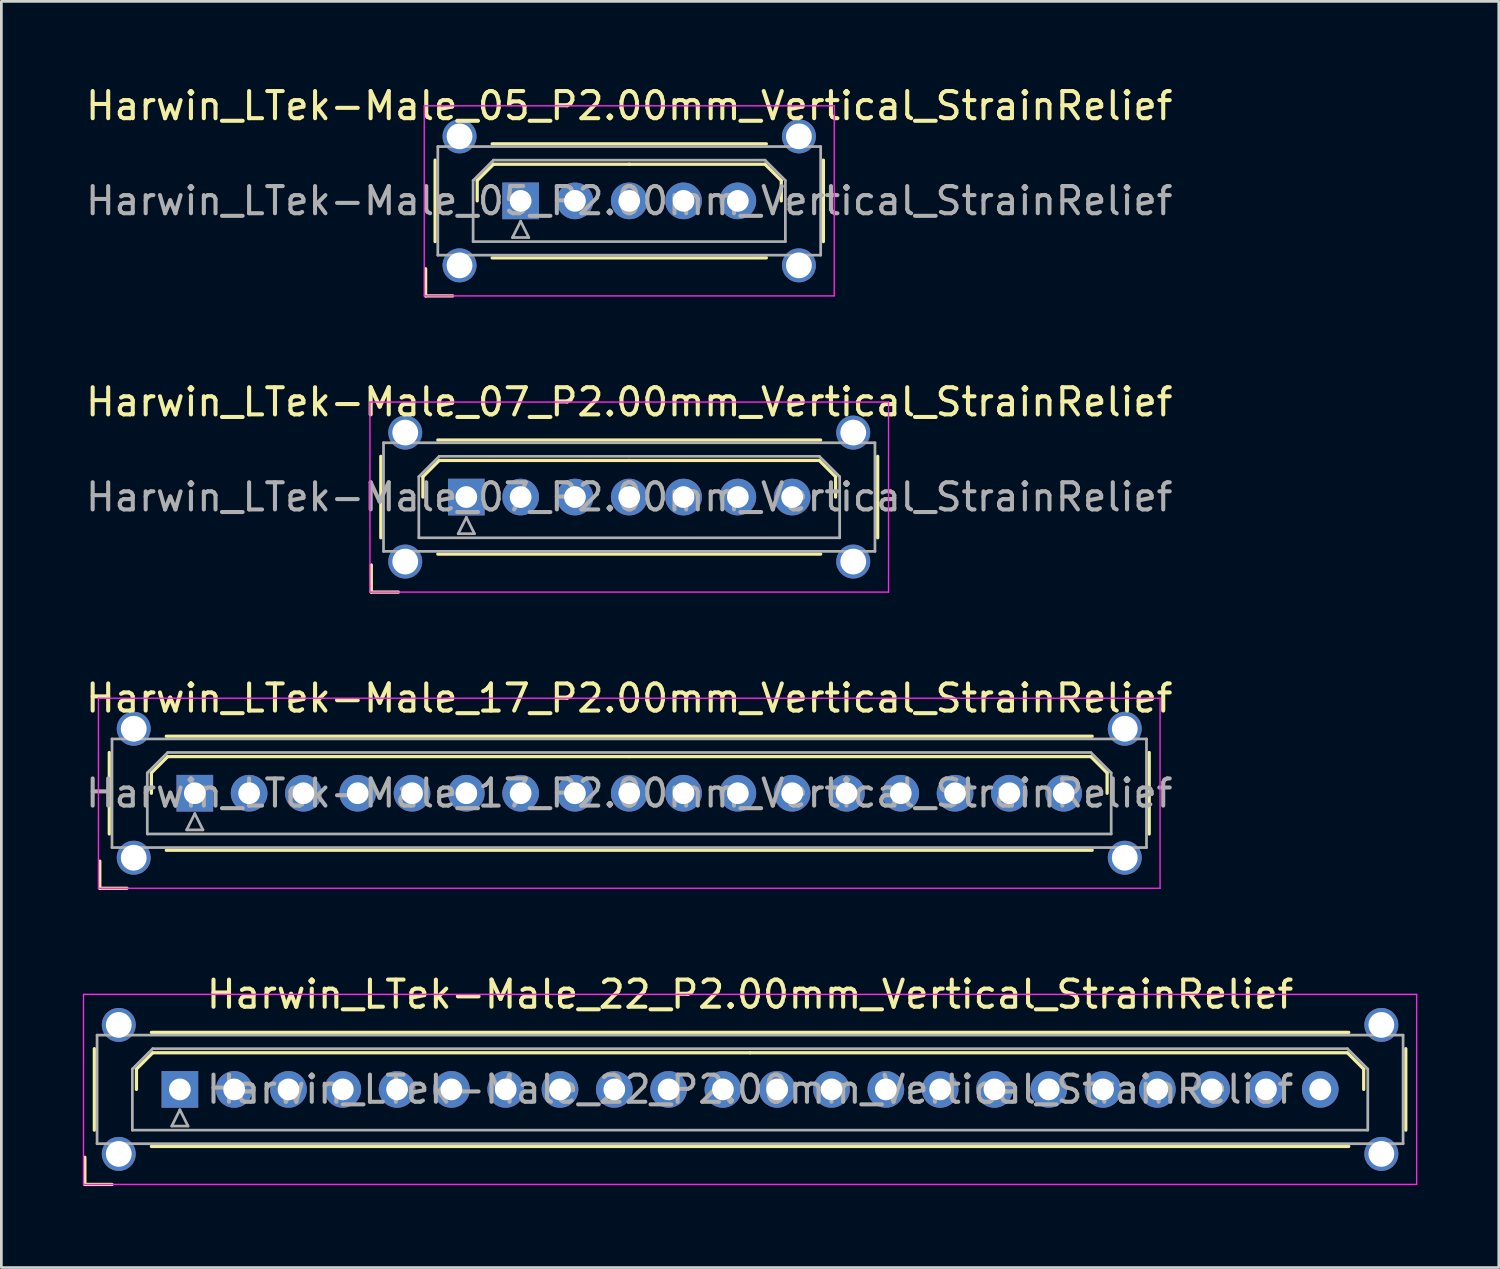
<source format=kicad_pcb>
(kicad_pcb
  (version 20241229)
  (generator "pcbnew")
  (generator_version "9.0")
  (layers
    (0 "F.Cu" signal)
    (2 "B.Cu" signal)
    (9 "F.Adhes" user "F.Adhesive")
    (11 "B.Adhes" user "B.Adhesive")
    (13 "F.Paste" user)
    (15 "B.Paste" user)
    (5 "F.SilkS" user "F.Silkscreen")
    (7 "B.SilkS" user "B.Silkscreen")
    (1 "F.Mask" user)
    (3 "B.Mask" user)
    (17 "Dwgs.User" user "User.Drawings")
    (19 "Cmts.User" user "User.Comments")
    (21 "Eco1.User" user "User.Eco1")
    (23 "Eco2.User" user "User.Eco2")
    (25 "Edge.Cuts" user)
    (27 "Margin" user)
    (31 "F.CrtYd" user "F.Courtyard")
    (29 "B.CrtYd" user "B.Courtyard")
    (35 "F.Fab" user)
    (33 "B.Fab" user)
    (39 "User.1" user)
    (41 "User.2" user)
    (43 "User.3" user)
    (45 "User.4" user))
  (footprint "Harwin_LTek-Male_07_P2.00mm_Vertical_StrainRelief"
    (layer "F.Cu")
    (at 14.125 15.257)
    (property "Reference" "Harwin_LTek-Male_07_P2.00mm_Vertical_StrainRelief" (at 6 -3.5 0) (layer "F.SilkS") (effects (font (size 1 1) (thickness 0.15))))
    (attr through_hole)
    (fp_line (start -3.5 2.5) (end -3.5 3.5) (stroke (width 0.12) (type solid)) (layer "F.SilkS"))
    (fp_line (start -3.5 3.5) (end -2.5 3.5) (stroke (width 0.12) (type solid)) (layer "F.SilkS"))
    (fp_line (start -3.15 -1.5) (end -3.15 1.5) (stroke (width 0.12) (type solid)) (layer "F.SilkS"))
    (fp_line (start -1.6 -0.75) (end -1 -1.35) (stroke (width 0.12) (type solid)) (layer "F.SilkS"))
    (fp_line (start -1.6 0) (end -1.6 -0.75) (stroke (width 0.12) (type solid)) (layer "F.SilkS"))
    (fp_line (start -1.05 -2.1) (end 13.05 -2.1) (stroke (width 0.12) (type solid)) (layer "F.SilkS"))
    (fp_line (start -1.05 2.1) (end 13.05 2.1) (stroke (width 0.12) (type solid)) (layer "F.SilkS"))
    (fp_line (start -1 -1.35) (end 6 -1.35) (stroke (width 0.12) (type solid)) (layer "F.SilkS"))
    (fp_line (start 13 -1.35) (end 6 -1.35) (stroke (width 0.12) (type solid)) (layer "F.SilkS"))
    (fp_line (start 13.6 -0.75) (end 13 -1.35) (stroke (width 0.12) (type solid)) (layer "F.SilkS"))
    (fp_line (start 13.6 0) (end 13.6 -0.75) (stroke (width 0.12) (type solid)) (layer "F.SilkS"))
    (fp_line (start 15.15 -1.5) (end 15.15 1.5) (stroke (width 0.12) (type solid)) (layer "F.SilkS"))
    (fp_line (start -3.55 -3.5) (end -3.55 3.5) (stroke (width 0.05) (type solid)) (layer "F.CrtYd"))
    (fp_line (start -3.55 3.5) (end 15.55 3.5) (stroke (width 0.05) (type solid)) (layer "F.CrtYd"))
    (fp_line (start 15.55 -3.5) (end -3.55 -3.5) (stroke (width 0.05) (type solid)) (layer "F.CrtYd"))
    (fp_line (start 15.55 3.5) (end 15.55 -3.5) (stroke (width 0.05) (type solid)) (layer "F.CrtYd"))
    (fp_line (start -3.05 -2) (end -3.05 2) (stroke (width 0.1) (type solid)) (layer "F.Fab"))
    (fp_line (start -3.05 2) (end 15.05 2) (stroke (width 0.1) (type solid)) (layer "F.Fab"))
    (fp_line (start -1.75 -0.75) (end -1 -1.5) (stroke (width 0.1) (type solid)) (layer "F.Fab"))
    (fp_line (start -1.75 1.5) (end -1.75 -0.75) (stroke (width 0.1) (type solid)) (layer "F.Fab"))
    (fp_line (start -1 -1.5) (end 13 -1.5) (stroke (width 0.1) (type solid)) (layer "F.Fab"))
    (fp_line (start -0.3 1.35) (end 0.3 1.35) (stroke (width 0.1) (type solid)) (layer "F.Fab"))
    (fp_line (start 0 0.75) (end -0.3 1.35) (stroke (width 0.1) (type solid)) (layer "F.Fab"))
    (fp_line (start 0.3 1.35) (end 0 0.75) (stroke (width 0.1) (type solid)) (layer "F.Fab"))
    (fp_line (start 13 -1.5) (end 13.75 -0.75) (stroke (width 0.1) (type solid)) (layer "F.Fab"))
    (fp_line (start 13.75 -0.75) (end 13.75 1.5) (stroke (width 0.1) (type solid)) (layer "F.Fab"))
    (fp_line (start 13.75 1.5) (end -1.75 1.5) (stroke (width 0.1) (type solid)) (layer "F.Fab"))
    (fp_line (start 15.05 -2) (end -3.05 -2) (stroke (width 0.1) (type solid)) (layer "F.Fab"))
    (fp_line (start 15.05 2) (end 15.05 -2) (stroke (width 0.1) (type solid)) (layer "F.Fab"))
    (fp_text user "${REFERENCE}" (at 6 0 0) (layer "F.Fab") (effects (font (size 1 1) (thickness 0.15))))
    (pad "" thru_hole circle (at -2.25 -2.375) (size 1.25 1.25) (drill 0.95) (layers "*.Cu" "*.Mask"))
    (pad "" thru_hole circle (at -2.25 2.375) (size 1.25 1.25) (drill 0.95) (layers "*.Cu" "*.Mask"))
    (pad "" thru_hole circle (at 14.25 -2.375) (size 1.25 1.25) (drill 0.95) (layers "*.Cu" "*.Mask"))
    (pad "" thru_hole circle (at 14.25 2.375) (size 1.25 1.25) (drill 0.95) (layers "*.Cu" "*.Mask"))
    (pad "1" thru_hole rect (at 0 0) (size 1.35 1.35) (drill 0.8) (layers "*.Cu" "*.Mask"))
    (pad "2" thru_hole circle (at 2 0) (size 1.35 1.35) (drill 0.8) (layers "*.Cu" "*.Mask"))
    (pad "3" thru_hole circle (at 4 0) (size 1.35 1.35) (drill 0.8) (layers "*.Cu" "*.Mask"))
    (pad "4" thru_hole circle (at 6 0) (size 1.35 1.35) (drill 0.8) (layers "*.Cu" "*.Mask"))
    (pad "5" thru_hole circle (at 8 0) (size 1.35 1.35) (drill 0.8) (layers "*.Cu" "*.Mask"))
    (pad "6" thru_hole circle (at 10 0) (size 1.35 1.35) (drill 0.8) (layers "*.Cu" "*.Mask"))
    (pad "7" thru_hole circle (at 12 0) (size 1.35 1.35) (drill 0.8) (layers "*.Cu" "*.Mask")))
  (footprint "Harwin_LTek-Male_05_P2.00mm_Vertical_StrainRelief"
    (layer "F.Cu")
    (at 16.125 4.348)
    (property "Reference" "Harwin_LTek-Male_05_P2.00mm_Vertical_StrainRelief" (at 4 -3.5 0) (layer "F.SilkS") (effects (font (size 1 1) (thickness 0.15))))
    (attr through_hole)
    (fp_line (start -3.5 2.5) (end -3.5 3.5) (stroke (width 0.12) (type solid)) (layer "F.SilkS"))
    (fp_line (start -3.5 3.5) (end -2.5 3.5) (stroke (width 0.12) (type solid)) (layer "F.SilkS"))
    (fp_line (start -3.15 -1.5) (end -3.15 1.5) (stroke (width 0.12) (type solid)) (layer "F.SilkS"))
    (fp_line (start -1.6 -0.75) (end -1 -1.35) (stroke (width 0.12) (type solid)) (layer "F.SilkS"))
    (fp_line (start -1.6 0) (end -1.6 -0.75) (stroke (width 0.12) (type solid)) (layer "F.SilkS"))
    (fp_line (start -1.05 -2.1) (end 9.05 -2.1) (stroke (width 0.12) (type solid)) (layer "F.SilkS"))
    (fp_line (start -1.05 2.1) (end 9.05 2.1) (stroke (width 0.12) (type solid)) (layer "F.SilkS"))
    (fp_line (start -1 -1.35) (end 4 -1.35) (stroke (width 0.12) (type solid)) (layer "F.SilkS"))
    (fp_line (start 9 -1.35) (end 4 -1.35) (stroke (width 0.12) (type solid)) (layer "F.SilkS"))
    (fp_line (start 9.6 -0.75) (end 9 -1.35) (stroke (width 0.12) (type solid)) (layer "F.SilkS"))
    (fp_line (start 9.6 0) (end 9.6 -0.75) (stroke (width 0.12) (type solid)) (layer "F.SilkS"))
    (fp_line (start 11.15 -1.5) (end 11.15 1.5) (stroke (width 0.12) (type solid)) (layer "F.SilkS"))
    (fp_line (start -3.55 -3.5) (end -3.55 3.5) (stroke (width 0.05) (type solid)) (layer "F.CrtYd"))
    (fp_line (start -3.55 3.5) (end 11.55 3.5) (stroke (width 0.05) (type solid)) (layer "F.CrtYd"))
    (fp_line (start 11.55 -3.5) (end -3.55 -3.5) (stroke (width 0.05) (type solid)) (layer "F.CrtYd"))
    (fp_line (start 11.55 3.5) (end 11.55 -3.5) (stroke (width 0.05) (type solid)) (layer "F.CrtYd"))
    (fp_line (start -3.05 -2) (end -3.05 2) (stroke (width 0.1) (type solid)) (layer "F.Fab"))
    (fp_line (start -3.05 2) (end 11.05 2) (stroke (width 0.1) (type solid)) (layer "F.Fab"))
    (fp_line (start -1.75 -0.75) (end -1 -1.5) (stroke (width 0.1) (type solid)) (layer "F.Fab"))
    (fp_line (start -1.75 1.5) (end -1.75 -0.75) (stroke (width 0.1) (type solid)) (layer "F.Fab"))
    (fp_line (start -1 -1.5) (end 9 -1.5) (stroke (width 0.1) (type solid)) (layer "F.Fab"))
    (fp_line (start -0.3 1.35) (end 0.3 1.35) (stroke (width 0.1) (type solid)) (layer "F.Fab"))
    (fp_line (start 0 0.75) (end -0.3 1.35) (stroke (width 0.1) (type solid)) (layer "F.Fab"))
    (fp_line (start 0.3 1.35) (end 0 0.75) (stroke (width 0.1) (type solid)) (layer "F.Fab"))
    (fp_line (start 9 -1.5) (end 9.75 -0.75) (stroke (width 0.1) (type solid)) (layer "F.Fab"))
    (fp_line (start 9.75 -0.75) (end 9.75 1.5) (stroke (width 0.1) (type solid)) (layer "F.Fab"))
    (fp_line (start 9.75 1.5) (end -1.75 1.5) (stroke (width 0.1) (type solid)) (layer "F.Fab"))
    (fp_line (start 11.05 -2) (end -3.05 -2) (stroke (width 0.1) (type solid)) (layer "F.Fab"))
    (fp_line (start 11.05 2) (end 11.05 -2) (stroke (width 0.1) (type solid)) (layer "F.Fab"))
    (fp_text user "${REFERENCE}" (at 4 0 0) (layer "F.Fab") (effects (font (size 1 1) (thickness 0.15))))
    (pad "" thru_hole circle (at -2.25 -2.375) (size 1.25 1.25) (drill 0.95) (layers "*.Cu" "*.Mask"))
    (pad "" thru_hole circle (at -2.25 2.375) (size 1.25 1.25) (drill 0.95) (layers "*.Cu" "*.Mask"))
    (pad "" thru_hole circle (at 10.25 -2.375) (size 1.25 1.25) (drill 0.95) (layers "*.Cu" "*.Mask"))
    (pad "" thru_hole circle (at 10.25 2.375) (size 1.25 1.25) (drill 0.95) (layers "*.Cu" "*.Mask"))
    (pad "1" thru_hole rect (at 0 0) (size 1.35 1.35) (drill 0.8) (layers "*.Cu" "*.Mask"))
    (pad "2" thru_hole circle (at 2 0) (size 1.35 1.35) (drill 0.8) (layers "*.Cu" "*.Mask"))
    (pad "3" thru_hole circle (at 4 0) (size 1.35 1.35) (drill 0.8) (layers "*.Cu" "*.Mask"))
    (pad "4" thru_hole circle (at 6 0) (size 1.35 1.35) (drill 0.8) (layers "*.Cu" "*.Mask"))
    (pad "5" thru_hole circle (at 8 0) (size 1.35 1.35) (drill 0.8) (layers "*.Cu" "*.Mask")))
  (footprint "Harwin_LTek-Male_22_P2.00mm_Vertical_StrainRelief"
    (layer "F.Cu")
    (at 3.575 37.073)
    (property "Reference" "Harwin_LTek-Male_22_P2.00mm_Vertical_StrainRelief" (at 21 -3.5 0) (layer "F.SilkS") (effects (font (size 1 1) (thickness 0.15))))
    (attr through_hole)
    (fp_line (start -3.5 2.5) (end -3.5 3.5) (stroke (width 0.12) (type solid)) (layer "F.SilkS"))
    (fp_line (start -3.5 3.5) (end -2.5 3.5) (stroke (width 0.12) (type solid)) (layer "F.SilkS"))
    (fp_line (start -3.15 -1.5) (end -3.15 1.5) (stroke (width 0.12) (type solid)) (layer "F.SilkS"))
    (fp_line (start -1.6 -0.75) (end -1 -1.35) (stroke (width 0.12) (type solid)) (layer "F.SilkS"))
    (fp_line (start -1.6 0) (end -1.6 -0.75) (stroke (width 0.12) (type solid)) (layer "F.SilkS"))
    (fp_line (start -1.05 -2.1) (end 43.05 -2.1) (stroke (width 0.12) (type solid)) (layer "F.SilkS"))
    (fp_line (start -1.05 2.1) (end 43.05 2.1) (stroke (width 0.12) (type solid)) (layer "F.SilkS"))
    (fp_line (start -1 -1.35) (end 21 -1.35) (stroke (width 0.12) (type solid)) (layer "F.SilkS"))
    (fp_line (start 43 -1.35) (end 21 -1.35) (stroke (width 0.12) (type solid)) (layer "F.SilkS"))
    (fp_line (start 43.6 -0.75) (end 43 -1.35) (stroke (width 0.12) (type solid)) (layer "F.SilkS"))
    (fp_line (start 43.6 0) (end 43.6 -0.75) (stroke (width 0.12) (type solid)) (layer "F.SilkS"))
    (fp_line (start 45.15 -1.5) (end 45.15 1.5) (stroke (width 0.12) (type solid)) (layer "F.SilkS"))
    (fp_line (start -3.55 -3.5) (end -3.55 3.5) (stroke (width 0.05) (type solid)) (layer "F.CrtYd"))
    (fp_line (start -3.55 3.5) (end 45.55 3.5) (stroke (width 0.05) (type solid)) (layer "F.CrtYd"))
    (fp_line (start 45.55 -3.5) (end -3.55 -3.5) (stroke (width 0.05) (type solid)) (layer "F.CrtYd"))
    (fp_line (start 45.55 3.5) (end 45.55 -3.5) (stroke (width 0.05) (type solid)) (layer "F.CrtYd"))
    (fp_line (start -3.05 -2) (end -3.05 2) (stroke (width 0.1) (type solid)) (layer "F.Fab"))
    (fp_line (start -3.05 2) (end 45.05 2) (stroke (width 0.1) (type solid)) (layer "F.Fab"))
    (fp_line (start -1.75 -0.75) (end -1 -1.5) (stroke (width 0.1) (type solid)) (layer "F.Fab"))
    (fp_line (start -1.75 1.5) (end -1.75 -0.75) (stroke (width 0.1) (type solid)) (layer "F.Fab"))
    (fp_line (start -1 -1.5) (end 43 -1.5) (stroke (width 0.1) (type solid)) (layer "F.Fab"))
    (fp_line (start -0.3 1.35) (end 0.3 1.35) (stroke (width 0.1) (type solid)) (layer "F.Fab"))
    (fp_line (start 0 0.75) (end -0.3 1.35) (stroke (width 0.1) (type solid)) (layer "F.Fab"))
    (fp_line (start 0.3 1.35) (end 0 0.75) (stroke (width 0.1) (type solid)) (layer "F.Fab"))
    (fp_line (start 43 -1.5) (end 43.75 -0.75) (stroke (width 0.1) (type solid)) (layer "F.Fab"))
    (fp_line (start 43.75 -0.75) (end 43.75 1.5) (stroke (width 0.1) (type solid)) (layer "F.Fab"))
    (fp_line (start 43.75 1.5) (end -1.75 1.5) (stroke (width 0.1) (type solid)) (layer "F.Fab"))
    (fp_line (start 45.05 -2) (end -3.05 -2) (stroke (width 0.1) (type solid)) (layer "F.Fab"))
    (fp_line (start 45.05 2) (end 45.05 -2) (stroke (width 0.1) (type solid)) (layer "F.Fab"))
    (fp_text user "${REFERENCE}" (at 21 0 0) (layer "F.Fab") (effects (font (size 1 1) (thickness 0.15))))
    (pad "" thru_hole circle (at -2.25 -2.375) (size 1.25 1.25) (drill 0.95) (layers "*.Cu" "*.Mask"))
    (pad "" thru_hole circle (at -2.25 2.375) (size 1.25 1.25) (drill 0.95) (layers "*.Cu" "*.Mask"))
    (pad "" thru_hole circle (at 44.25 -2.375) (size 1.25 1.25) (drill 0.95) (layers "*.Cu" "*.Mask"))
    (pad "" thru_hole circle (at 44.25 2.375) (size 1.25 1.25) (drill 0.95) (layers "*.Cu" "*.Mask"))
    (pad "1" thru_hole rect (at 0 0) (size 1.35 1.35) (drill 0.8) (layers "*.Cu" "*.Mask"))
    (pad "2" thru_hole circle (at 2 0) (size 1.35 1.35) (drill 0.8) (layers "*.Cu" "*.Mask"))
    (pad "3" thru_hole circle (at 4 0) (size 1.35 1.35) (drill 0.8) (layers "*.Cu" "*.Mask"))
    (pad "4" thru_hole circle (at 6 0) (size 1.35 1.35) (drill 0.8) (layers "*.Cu" "*.Mask"))
    (pad "5" thru_hole circle (at 8 0) (size 1.35 1.35) (drill 0.8) (layers "*.Cu" "*.Mask"))
    (pad "6" thru_hole circle (at 10 0) (size 1.35 1.35) (drill 0.8) (layers "*.Cu" "*.Mask"))
    (pad "7" thru_hole circle (at 12 0) (size 1.35 1.35) (drill 0.8) (layers "*.Cu" "*.Mask"))
    (pad "8" thru_hole circle (at 14 0) (size 1.35 1.35) (drill 0.8) (layers "*.Cu" "*.Mask"))
    (pad "9" thru_hole circle (at 16 0) (size 1.35 1.35) (drill 0.8) (layers "*.Cu" "*.Mask"))
    (pad "10" thru_hole circle (at 18 0) (size 1.35 1.35) (drill 0.8) (layers "*.Cu" "*.Mask"))
    (pad "11" thru_hole circle (at 20 0) (size 1.35 1.35) (drill 0.8) (layers "*.Cu" "*.Mask"))
    (pad "12" thru_hole circle (at 22 0) (size 1.35 1.35) (drill 0.8) (layers "*.Cu" "*.Mask"))
    (pad "13" thru_hole circle (at 24 0) (size 1.35 1.35) (drill 0.8) (layers "*.Cu" "*.Mask"))
    (pad "14" thru_hole circle (at 26 0) (size 1.35 1.35) (drill 0.8) (layers "*.Cu" "*.Mask"))
    (pad "15" thru_hole circle (at 28 0) (size 1.35 1.35) (drill 0.8) (layers "*.Cu" "*.Mask"))
    (pad "16" thru_hole circle (at 30 0) (size 1.35 1.35) (drill 0.8) (layers "*.Cu" "*.Mask"))
    (pad "17" thru_hole circle (at 32 0) (size 1.35 1.35) (drill 0.8) (layers "*.Cu" "*.Mask"))
    (pad "18" thru_hole circle (at 34 0) (size 1.35 1.35) (drill 0.8) (layers "*.Cu" "*.Mask"))
    (pad "19" thru_hole circle (at 36 0) (size 1.35 1.35) (drill 0.8) (layers "*.Cu" "*.Mask"))
    (pad "20" thru_hole circle (at 38 0) (size 1.35 1.35) (drill 0.8) (layers "*.Cu" "*.Mask"))
    (pad "21" thru_hole circle (at 40 0) (size 1.35 1.35) (drill 0.8) (layers "*.Cu" "*.Mask"))
    (pad "22" thru_hole circle (at 42 0) (size 1.35 1.35) (drill 0.8) (layers "*.Cu" "*.Mask")))
  (footprint "Harwin_LTek-Male_17_P2.00mm_Vertical_StrainRelief"
    (layer "F.Cu")
    (at 4.125 26.165)
    (property "Reference" "Harwin_LTek-Male_17_P2.00mm_Vertical_StrainRelief" (at 16 -3.5 0) (layer "F.SilkS") (effects (font (size 1 1) (thickness 0.15))))
    (attr through_hole)
    (fp_line (start -3.5 2.5) (end -3.5 3.5) (stroke (width 0.12) (type solid)) (layer "F.SilkS"))
    (fp_line (start -3.5 3.5) (end -2.5 3.5) (stroke (width 0.12) (type solid)) (layer "F.SilkS"))
    (fp_line (start -3.15 -1.5) (end -3.15 1.5) (stroke (width 0.12) (type solid)) (layer "F.SilkS"))
    (fp_line (start -1.6 -0.75) (end -1 -1.35) (stroke (width 0.12) (type solid)) (layer "F.SilkS"))
    (fp_line (start -1.6 0) (end -1.6 -0.75) (stroke (width 0.12) (type solid)) (layer "F.SilkS"))
    (fp_line (start -1.05 -2.1) (end 33.05 -2.1) (stroke (width 0.12) (type solid)) (layer "F.SilkS"))
    (fp_line (start -1.05 2.1) (end 33.05 2.1) (stroke (width 0.12) (type solid)) (layer "F.SilkS"))
    (fp_line (start -1 -1.35) (end 16 -1.35) (stroke (width 0.12) (type solid)) (layer "F.SilkS"))
    (fp_line (start 33 -1.35) (end 16 -1.35) (stroke (width 0.12) (type solid)) (layer "F.SilkS"))
    (fp_line (start 33.6 -0.75) (end 33 -1.35) (stroke (width 0.12) (type solid)) (layer "F.SilkS"))
    (fp_line (start 33.6 0) (end 33.6 -0.75) (stroke (width 0.12) (type solid)) (layer "F.SilkS"))
    (fp_line (start 35.15 -1.5) (end 35.15 1.5) (stroke (width 0.12) (type solid)) (layer "F.SilkS"))
    (fp_line (start -3.55 -3.5) (end -3.55 3.5) (stroke (width 0.05) (type solid)) (layer "F.CrtYd"))
    (fp_line (start -3.55 3.5) (end 35.55 3.5) (stroke (width 0.05) (type solid)) (layer "F.CrtYd"))
    (fp_line (start 35.55 -3.5) (end -3.55 -3.5) (stroke (width 0.05) (type solid)) (layer "F.CrtYd"))
    (fp_line (start 35.55 3.5) (end 35.55 -3.5) (stroke (width 0.05) (type solid)) (layer "F.CrtYd"))
    (fp_line (start -3.05 -2) (end -3.05 2) (stroke (width 0.1) (type solid)) (layer "F.Fab"))
    (fp_line (start -3.05 2) (end 35.05 2) (stroke (width 0.1) (type solid)) (layer "F.Fab"))
    (fp_line (start -1.75 -0.75) (end -1 -1.5) (stroke (width 0.1) (type solid)) (layer "F.Fab"))
    (fp_line (start -1.75 1.5) (end -1.75 -0.75) (stroke (width 0.1) (type solid)) (layer "F.Fab"))
    (fp_line (start -1 -1.5) (end 33 -1.5) (stroke (width 0.1) (type solid)) (layer "F.Fab"))
    (fp_line (start -0.3 1.35) (end 0.3 1.35) (stroke (width 0.1) (type solid)) (layer "F.Fab"))
    (fp_line (start 0 0.75) (end -0.3 1.35) (stroke (width 0.1) (type solid)) (layer "F.Fab"))
    (fp_line (start 0.3 1.35) (end 0 0.75) (stroke (width 0.1) (type solid)) (layer "F.Fab"))
    (fp_line (start 33 -1.5) (end 33.75 -0.75) (stroke (width 0.1) (type solid)) (layer "F.Fab"))
    (fp_line (start 33.75 -0.75) (end 33.75 1.5) (stroke (width 0.1) (type solid)) (layer "F.Fab"))
    (fp_line (start 33.75 1.5) (end -1.75 1.5) (stroke (width 0.1) (type solid)) (layer "F.Fab"))
    (fp_line (start 35.05 -2) (end -3.05 -2) (stroke (width 0.1) (type solid)) (layer "F.Fab"))
    (fp_line (start 35.05 2) (end 35.05 -2) (stroke (width 0.1) (type solid)) (layer "F.Fab"))
    (fp_text user "${REFERENCE}" (at 16 0 0) (layer "F.Fab") (effects (font (size 1 1) (thickness 0.15))))
    (pad "" thru_hole circle (at -2.25 -2.375) (size 1.25 1.25) (drill 0.95) (layers "*.Cu" "*.Mask"))
    (pad "" thru_hole circle (at -2.25 2.375) (size 1.25 1.25) (drill 0.95) (layers "*.Cu" "*.Mask"))
    (pad "" thru_hole circle (at 34.25 -2.375) (size 1.25 1.25) (drill 0.95) (layers "*.Cu" "*.Mask"))
    (pad "" thru_hole circle (at 34.25 2.375) (size 1.25 1.25) (drill 0.95) (layers "*.Cu" "*.Mask"))
    (pad "1" thru_hole rect (at 0 0) (size 1.35 1.35) (drill 0.8) (layers "*.Cu" "*.Mask"))
    (pad "2" thru_hole circle (at 2 0) (size 1.35 1.35) (drill 0.8) (layers "*.Cu" "*.Mask"))
    (pad "3" thru_hole circle (at 4 0) (size 1.35 1.35) (drill 0.8) (layers "*.Cu" "*.Mask"))
    (pad "4" thru_hole circle (at 6 0) (size 1.35 1.35) (drill 0.8) (layers "*.Cu" "*.Mask"))
    (pad "5" thru_hole circle (at 8 0) (size 1.35 1.35) (drill 0.8) (layers "*.Cu" "*.Mask"))
    (pad "6" thru_hole circle (at 10 0) (size 1.35 1.35) (drill 0.8) (layers "*.Cu" "*.Mask"))
    (pad "7" thru_hole circle (at 12 0) (size 1.35 1.35) (drill 0.8) (layers "*.Cu" "*.Mask"))
    (pad "8" thru_hole circle (at 14 0) (size 1.35 1.35) (drill 0.8) (layers "*.Cu" "*.Mask"))
    (pad "9" thru_hole circle (at 16 0) (size 1.35 1.35) (drill 0.8) (layers "*.Cu" "*.Mask"))
    (pad "10" thru_hole circle (at 18 0) (size 1.35 1.35) (drill 0.8) (layers "*.Cu" "*.Mask"))
    (pad "11" thru_hole circle (at 20 0) (size 1.35 1.35) (drill 0.8) (layers "*.Cu" "*.Mask"))
    (pad "12" thru_hole circle (at 22 0) (size 1.35 1.35) (drill 0.8) (layers "*.Cu" "*.Mask"))
    (pad "13" thru_hole circle (at 24 0) (size 1.35 1.35) (drill 0.8) (layers "*.Cu" "*.Mask"))
    (pad "14" thru_hole circle (at 26 0) (size 1.35 1.35) (drill 0.8) (layers "*.Cu" "*.Mask"))
    (pad "15" thru_hole circle (at 28 0) (size 1.35 1.35) (drill 0.8) (layers "*.Cu" "*.Mask"))
    (pad "16" thru_hole circle (at 30 0) (size 1.35 1.35) (drill 0.8) (layers "*.Cu" "*.Mask"))
    (pad "17" thru_hole circle (at 32 0) (size 1.35 1.35) (drill 0.8) (layers "*.Cu" "*.Mask")))
  (gr_rect
    (start -3 -3)
    (end 52.15 43.633)
    (stroke (width 0.1) (type default))
    (fill no)
    (layer "Edge.Cuts")))
</source>
